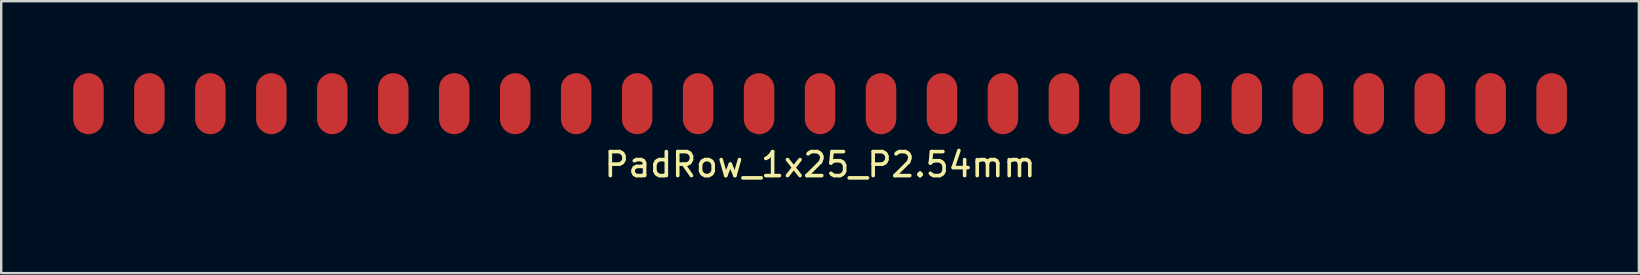
<source format=kicad_pcb>
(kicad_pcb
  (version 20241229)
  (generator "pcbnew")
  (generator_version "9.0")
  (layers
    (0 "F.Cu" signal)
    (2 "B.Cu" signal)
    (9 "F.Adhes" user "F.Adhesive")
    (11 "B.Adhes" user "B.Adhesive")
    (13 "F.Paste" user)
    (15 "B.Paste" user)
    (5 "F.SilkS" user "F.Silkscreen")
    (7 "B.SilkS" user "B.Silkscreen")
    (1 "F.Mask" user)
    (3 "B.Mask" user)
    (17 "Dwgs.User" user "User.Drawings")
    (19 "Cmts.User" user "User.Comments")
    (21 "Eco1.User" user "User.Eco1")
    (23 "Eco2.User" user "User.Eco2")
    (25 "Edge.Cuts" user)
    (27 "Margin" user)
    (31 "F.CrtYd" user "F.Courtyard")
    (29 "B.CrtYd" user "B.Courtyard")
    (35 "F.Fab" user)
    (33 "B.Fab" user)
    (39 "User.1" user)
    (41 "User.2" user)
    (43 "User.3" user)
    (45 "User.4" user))
  (footprint "PadRow_1x25_P2.54mm"
    (layer "F.Cu")
    (at 31.115 5.08)
    (property "Reference" "PadRow_1x25_P2.54mm" (at 0 -1.27 0) (layer "F.SilkS") (effects (font (size 1 1) (thickness 0.15))))
    (attr through_hole)
    (pad "1" smd oval (at -30.48 -3.81) (size 1.27 2.54) (layers "F.Cu" "F.Mask" "F.Paste"))
    (pad "2" smd oval (at -27.94 -3.81) (size 1.27 2.54) (layers "F.Cu" "F.Mask" "F.Paste"))
    (pad "3" smd oval (at -25.4 -3.81) (size 1.27 2.54) (layers "F.Cu" "F.Mask" "F.Paste"))
    (pad "4" smd oval (at -22.86 -3.81) (size 1.27 2.54) (layers "F.Cu" "F.Mask" "F.Paste"))
    (pad "5" smd oval (at -20.32 -3.81) (size 1.27 2.54) (layers "F.Cu" "F.Mask" "F.Paste"))
    (pad "6" smd oval (at -17.78 -3.81) (size 1.27 2.54) (layers "F.Cu" "F.Mask" "F.Paste"))
    (pad "7" smd oval (at -15.24 -3.81) (size 1.27 2.54) (layers "F.Cu" "F.Mask" "F.Paste"))
    (pad "8" smd oval (at -12.7 -3.81) (size 1.27 2.54) (layers "F.Cu" "F.Mask" "F.Paste"))
    (pad "9" smd oval (at -10.16 -3.81) (size 1.27 2.54) (layers "F.Cu" "F.Mask" "F.Paste"))
    (pad "10" smd oval (at -7.62 -3.81) (size 1.27 2.54) (layers "F.Cu" "F.Mask" "F.Paste"))
    (pad "11" smd oval (at -5.08 -3.81) (size 1.27 2.54) (layers "F.Cu" "F.Mask" "F.Paste"))
    (pad "12" smd oval (at -2.54 -3.81) (size 1.27 2.54) (layers "F.Cu" "F.Mask" "F.Paste"))
    (pad "13" smd oval (at 0 -3.81) (size 1.27 2.54) (layers "F.Cu" "F.Mask" "F.Paste"))
    (pad "14" smd oval (at 2.54 -3.81) (size 1.27 2.54) (layers "F.Cu" "F.Mask" "F.Paste"))
    (pad "15" smd oval (at 5.08 -3.81) (size 1.27 2.54) (layers "F.Cu" "F.Mask" "F.Paste"))
    (pad "16" smd oval (at 7.62 -3.81) (size 1.27 2.54) (layers "F.Cu" "F.Mask" "F.Paste"))
    (pad "17" smd oval (at 10.16 -3.81) (size 1.27 2.54) (layers "F.Cu" "F.Mask" "F.Paste"))
    (pad "18" smd oval (at 12.7 -3.81) (size 1.27 2.54) (layers "F.Cu" "F.Mask" "F.Paste"))
    (pad "19" smd oval (at 15.24 -3.81) (size 1.27 2.54) (layers "F.Cu" "F.Mask" "F.Paste"))
    (pad "20" smd oval (at 17.78 -3.81) (size 1.27 2.54) (layers "F.Cu" "F.Mask" "F.Paste"))
    (pad "21" smd oval (at 20.32 -3.81) (size 1.27 2.54) (layers "F.Cu" "F.Mask" "F.Paste"))
    (pad "22" smd oval (at 22.86 -3.81) (size 1.27 2.54) (layers "F.Cu" "F.Mask" "F.Paste"))
    (pad "23" smd oval (at 25.4 -3.81) (size 1.27 2.54) (layers "F.Cu" "F.Mask" "F.Paste"))
    (pad "24" smd oval (at 27.94 -3.81) (size 1.27 2.54) (layers "F.Cu" "F.Mask" "F.Paste"))
    (pad "25" smd oval (at 30.48 -3.81) (size 1.27 2.54) (layers "F.Cu" "F.Mask" "F.Paste")))
  (gr_rect
    (start -3 -3)
    (end 65.23 8.33)
    (stroke (width 0.1) (type default))
    (fill no)
    (layer "Edge.Cuts")))
</source>
